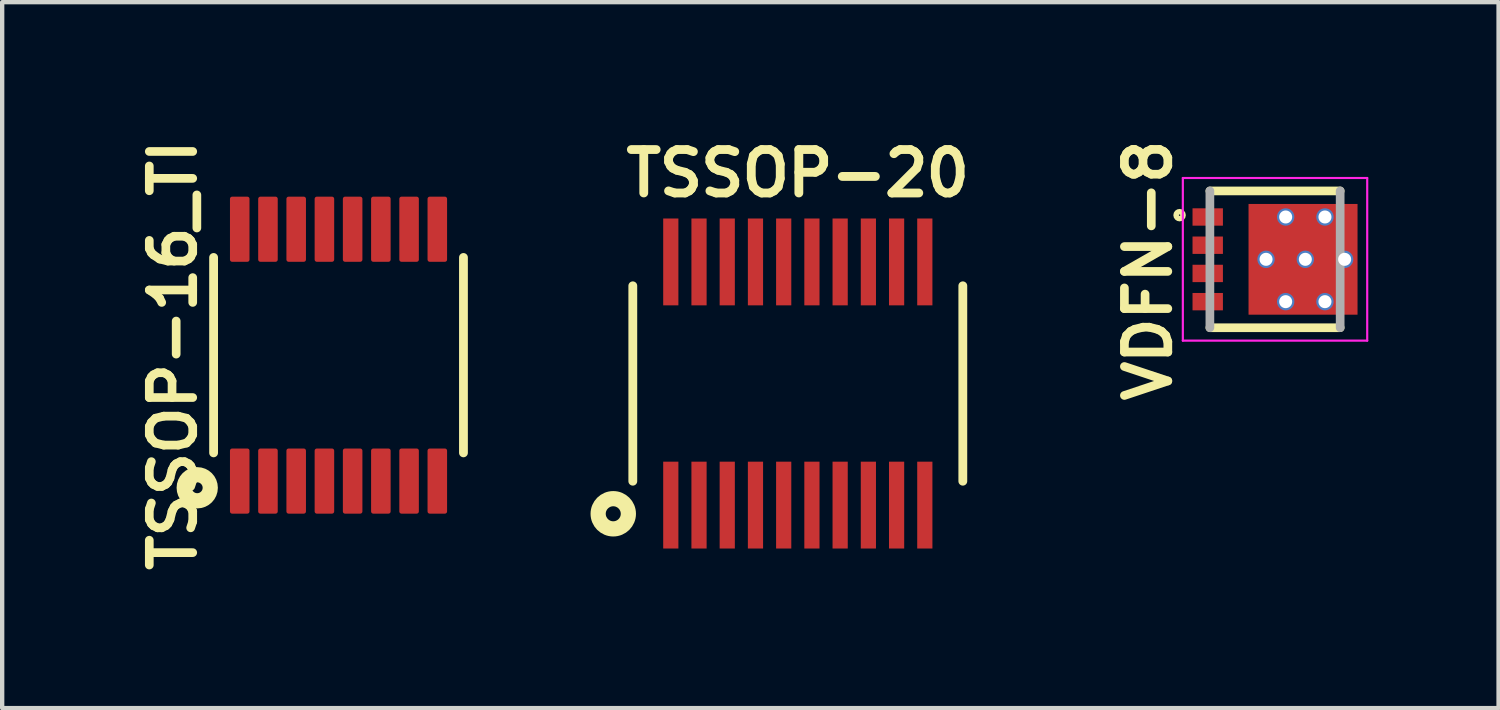
<source format=kicad_pcb>
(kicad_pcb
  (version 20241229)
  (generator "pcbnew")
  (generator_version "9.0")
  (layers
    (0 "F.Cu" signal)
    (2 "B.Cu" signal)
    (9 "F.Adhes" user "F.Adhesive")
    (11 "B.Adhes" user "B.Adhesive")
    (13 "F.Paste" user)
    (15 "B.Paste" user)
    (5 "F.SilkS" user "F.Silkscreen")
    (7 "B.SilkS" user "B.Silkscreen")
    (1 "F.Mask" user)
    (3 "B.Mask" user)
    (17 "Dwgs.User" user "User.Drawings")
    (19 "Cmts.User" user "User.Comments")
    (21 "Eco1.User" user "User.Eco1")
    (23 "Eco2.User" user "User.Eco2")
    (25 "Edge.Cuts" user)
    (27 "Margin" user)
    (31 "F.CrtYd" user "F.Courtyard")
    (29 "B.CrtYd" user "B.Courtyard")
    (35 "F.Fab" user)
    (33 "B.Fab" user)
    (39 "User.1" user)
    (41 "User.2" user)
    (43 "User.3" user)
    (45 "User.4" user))
  (footprint "VDFN-8"
    (layer "F.Cu")
    (at 26.313 2.922)
    (property "Reference" "VDFN-8" (at -2.921 0.254 270) (layer "F.SilkS") (effects (font (size 1 1) (thickness 0.2))))
    (attr through_hole)
    (fp_poly (pts (xy -1.851 0.175) (xy -1.25 0.175) (xy -1.25 0.475) (xy -1.851 0.475)) (stroke (width 0.01) (type solid)) (fill yes) (layer "F.Mask"))
    (fp_poly (pts (xy -1.851 -0.475) (xy -1.25 -0.475) (xy -1.25 -0.175) (xy -1.851 -0.175)) (stroke (width 0.01) (type solid)) (fill yes) (layer "F.Mask"))
    (fp_poly (pts (xy -1.85 -1.125) (xy -1.25 -1.125) (xy -1.25 -0.825) (xy -1.85 -0.825)) (stroke (width 0.01) (type solid)) (fill yes) (layer "F.Mask"))
    (fp_poly (pts (xy -1.85 0.825) (xy -1.25 0.825) (xy -1.25 1.125) (xy -1.85 1.125)) (stroke (width 0.01) (type solid)) (fill yes) (layer "F.Mask"))
    (fp_poly (pts (xy -0.56 -1.225) (xy 1.215 -1.225) (xy 1.215 1.226) (xy -0.56 1.226)) (stroke (width 0.01) (type solid)) (fill yes) (layer "F.Mask"))
    (fp_poly (pts (xy 1.215 0.175) (xy 1.85 0.175) (xy 1.85 0.475) (xy 1.215 0.475)) (stroke (width 0.01) (type solid)) (fill yes) (layer "F.Mask"))
    (fp_poly (pts (xy 1.215 -1.125) (xy 1.85 -1.125) (xy 1.85 -0.825) (xy 1.215 -0.825)) (stroke (width 0.01) (type solid)) (fill yes) (layer "F.Mask"))
    (fp_poly (pts (xy 1.216 -0.475) (xy 1.85 -0.475) (xy 1.85 -0.175) (xy 1.216 -0.175)) (stroke (width 0.01) (type solid)) (fill yes) (layer "F.Mask"))
    (fp_poly (pts (xy 1.216 0.825) (xy 1.85 0.825) (xy 1.85 1.126) (xy 1.216 1.126)) (stroke (width 0.01) (type solid)) (fill yes) (layer "F.Mask"))
    (fp_line (start 1.5 -1.575) (end -1.5 -1.575) (stroke (width 0.2) (type solid)) (layer "F.SilkS"))
    (fp_line (start 1.5 1.575) (end -1.5 1.575) (stroke (width 0.2) (type solid)) (layer "F.SilkS"))
    (fp_circle (center -2.198 -1.017) (end -2.118 -1.017) (stroke (width 0.127) (type solid)) (fill no) (layer "F.SilkS"))
    (fp_poly (pts (xy -1.853 -1.125) (xy -1.25 -1.125) (xy -1.25 -0.826) (xy -1.853 -0.826)) (stroke (width 0.01) (type solid)) (fill yes) (layer "F.Paste"))
    (fp_poly (pts (xy -1.852 -0.475) (xy -1.25 -0.475) (xy -1.25 -0.175) (xy -1.852 -0.175)) (stroke (width 0.01) (type solid)) (fill yes) (layer "F.Paste"))
    (fp_poly (pts (xy -1.852 0.175) (xy -1.25 0.175) (xy -1.25 0.476) (xy -1.852 0.476)) (stroke (width 0.01) (type solid)) (fill yes) (layer "F.Paste"))
    (fp_poly (pts (xy -1.851 0.825) (xy -1.25 0.825) (xy -1.25 1.126) (xy -1.851 1.126)) (stroke (width 0.01) (type solid)) (fill yes) (layer "F.Paste"))
    (fp_poly (pts (xy -0.56 0.1) (xy 0.145 0.1) (xy 0.145 1.225) (xy -0.56 1.225)) (stroke (width 0.01) (type solid)) (fill yes) (layer "F.Paste"))
    (fp_poly (pts (xy -0.56 -1.225) (xy 0.145 -1.225) (xy 0.145 -0.1) (xy -0.56 -0.1)) (stroke (width 0.01) (type solid)) (fill yes) (layer "F.Paste"))
    (fp_poly (pts (xy 0.345 -1.225) (xy 1.05 -1.225) (xy 1.05 -0.1) (xy 0.345 -0.1)) (stroke (width 0.01) (type solid)) (fill yes) (layer "F.Paste"))
    (fp_poly (pts (xy 0.345 0.1) (xy 1.05 0.1) (xy 1.05 1.226) (xy 0.345 1.226)) (stroke (width 0.01) (type solid)) (fill yes) (layer "F.Paste"))
    (fp_poly (pts (xy 1.251 -1.125) (xy 1.85 -1.125) (xy 1.85 -0.825) (xy 1.251 -0.825)) (stroke (width 0.01) (type solid)) (fill yes) (layer "F.Paste"))
    (fp_poly (pts (xy 1.251 0.175) (xy 1.85 0.175) (xy 1.85 0.475) (xy 1.251 0.475)) (stroke (width 0.01) (type solid)) (fill yes) (layer "F.Paste"))
    (fp_poly (pts (xy 1.251 -0.475) (xy 1.85 -0.475) (xy 1.85 -0.175) (xy 1.251 -0.175)) (stroke (width 0.01) (type solid)) (fill yes) (layer "F.Paste"))
    (fp_poly (pts (xy 1.251 0.825) (xy 1.85 0.825) (xy 1.85 1.126) (xy 1.251 1.126)) (stroke (width 0.01) (type solid)) (fill yes) (layer "F.Paste"))
    (fp_line (start -2.123 -1.873) (end 2.123 -1.873) (stroke (width 0.05) (type solid)) (layer "F.CrtYd"))
    (fp_line (start -2.123 1.873) (end -2.123 -1.873) (stroke (width 0.05) (type solid)) (layer "F.CrtYd"))
    (fp_line (start 2.123 -1.873) (end 2.123 1.873) (stroke (width 0.05) (type solid)) (layer "F.CrtYd"))
    (fp_line (start 2.123 1.873) (end -2.123 1.873) (stroke (width 0.05) (type solid)) (layer "F.CrtYd"))
    (fp_line (start -1.5 -1.575) (end -1.5 1.575) (stroke (width 0.2) (type solid)) (layer "F.Fab"))
    (fp_line (start 1.5 -1.575) (end 1.5 1.575) (stroke (width 0.2) (type solid)) (layer "F.Fab"))
    (pad "1" smd rect (at -1.55 -0.975) (size 0.7 0.4) (layers "F.Cu"))
    (pad "2" smd rect (at -1.55 -0.325) (size 0.7 0.4) (layers "F.Cu"))
    (pad "3" smd rect (at -1.55 0.325) (size 0.7 0.4) (layers "F.Cu"))
    (pad "4" smd rect (at -1.55 0.975) (size 0.7 0.4) (layers "F.Cu"))
    (pad "5" thru_hole circle (at 0.245 -0.975) (size 0.4 0.4) (drill 0.3) (layers "*.Cu" "*.Mask"))
    (pad "5" thru_hole circle (at 0.245 0.975) (size 0.4 0.4) (drill 0.3) (layers "*.Cu" "*.Mask"))
    (pad "5" smd rect (at 0.645 0) (size 2.51 2.55) (layers "F.Cu"))
    (pad "5" thru_hole circle (at 1.15 -0.975) (size 0.4 0.4) (drill 0.3) (layers "*.Cu" "*.Mask"))
    (pad "5" thru_hole circle (at 1.15 0.975) (size 0.4 0.4) (drill 0.3) (layers "*.Cu" "*.Mask"))
    (pad "6" thru_hole circle (at -0.207 0) (size 0.4 0.4) (drill 0.3) (layers "*.Cu" "*.Mask"))
    (pad "7" thru_hole circle (at 0.698 0) (size 0.4 0.4) (drill 0.3) (layers "*.Cu" "*.Mask"))
    (pad "8" thru_hole circle (at 1.603 0) (size 0.4 0.4) (drill 0.3) (layers "*.Cu" "*.Mask")))
  (footprint "TSSOP-20"
    (layer "F.Cu")
    (at 15.323 5.782)
    (property "Reference" "TSSOP-20" (at 0 -4.84 0) (layer "F.SilkS") (effects (font (size 1 1) (thickness 0.203))))
    (attr through_hole)
    (fp_line (start -3.8 2.25) (end -3.8 -2.25) (stroke (width 0.203) (type solid)) (layer "F.SilkS"))
    (fp_line (start 3.8 2.25) (end 3.8 -2.25) (stroke (width 0.203) (type solid)) (layer "F.SilkS"))
    (fp_circle (center -4.25 3) (end -4.224 3.171) (stroke (width 0.35) (type solid)) (fill no) (layer "F.SilkS"))
    (pad "1" smd rect (at -2.925 2.8) (size 0.35 2) (layers "F.Cu" "F.Mask" "F.Paste"))
    (pad "2" smd rect (at -2.275 2.8) (size 0.35 2) (layers "F.Cu" "F.Mask" "F.Paste"))
    (pad "3" smd rect (at -1.625 2.8) (size 0.35 2) (layers "F.Cu" "F.Mask" "F.Paste"))
    (pad "4" smd rect (at -0.975 2.8) (size 0.35 2) (layers "F.Cu" "F.Mask" "F.Paste"))
    (pad "5" smd rect (at -0.325 2.8) (size 0.35 2) (layers "F.Cu" "F.Mask" "F.Paste"))
    (pad "6" smd rect (at 0.325 2.8) (size 0.35 2) (layers "F.Cu" "F.Mask" "F.Paste"))
    (pad "7" smd rect (at 0.975 2.8) (size 0.35 2) (layers "F.Cu" "F.Mask" "F.Paste"))
    (pad "8" smd rect (at 1.625 2.8) (size 0.35 2) (layers "F.Cu" "F.Mask" "F.Paste"))
    (pad "9" smd rect (at 2.275 2.8) (size 0.35 2) (layers "F.Cu" "F.Mask" "F.Paste"))
    (pad "10" smd rect (at 2.925 2.8) (size 0.35 2) (layers "F.Cu" "F.Mask" "F.Paste"))
    (pad "11" smd rect (at 2.925 -2.8) (size 0.35 2) (layers "F.Cu" "F.Mask" "F.Paste"))
    (pad "12" smd rect (at 2.275 -2.8) (size 0.35 2) (layers "F.Cu" "F.Mask" "F.Paste"))
    (pad "13" smd rect (at 1.625 -2.8) (size 0.35 2) (layers "F.Cu" "F.Mask" "F.Paste"))
    (pad "14" smd rect (at 0.975 -2.8) (size 0.35 2) (layers "F.Cu" "F.Mask" "F.Paste"))
    (pad "15" smd rect (at 0.325 -2.8) (size 0.35 2) (layers "F.Cu" "F.Mask" "F.Paste"))
    (pad "16" smd rect (at -0.325 -2.8) (size 0.35 2) (layers "F.Cu" "F.Mask" "F.Paste"))
    (pad "17" smd rect (at -0.975 -2.8) (size 0.35 2) (layers "F.Cu" "F.Mask" "F.Paste"))
    (pad "18" smd rect (at -1.625 -2.8) (size 0.35 2) (layers "F.Cu" "F.Mask" "F.Paste"))
    (pad "19" smd rect (at -2.275 -2.8) (size 0.35 2) (layers "F.Cu" "F.Mask" "F.Paste"))
    (pad "20" smd rect (at -2.925 -2.8) (size 0.35 2) (layers "F.Cu" "F.Mask" "F.Paste")))
  (footprint "TSSOP-16_TI"
    (layer "F.Cu")
    (at 4.746 5.129)
    (property "Reference" "TSSOP-16_TI" (at -3.81 0 90) (layer "F.SilkS") (effects (font (size 1 1) (thickness 0.2))))
    (attr through_hole)
    (fp_line (start -2.877 2.25) (end -2.877 -2.25) (stroke (width 0.203) (type solid)) (layer "F.SilkS"))
    (fp_line (start 2.877 2.25) (end 2.877 -2.25) (stroke (width 0.203) (type solid)) (layer "F.SilkS"))
    (fp_circle (center -3.254 3.054) (end -3.194 3.164) (stroke (width 0.35) (type solid)) (fill no) (layer "F.SilkS"))
    (pad "1" smd roundrect (at -2.275 2.9) (size 0.45 1.5) (layers "F.Cu" "F.Mask" "F.Paste") (roundrect_rratio 0.111))
    (pad "2" smd roundrect (at -1.625 2.9) (size 0.45 1.5) (layers "F.Cu" "F.Mask" "F.Paste") (roundrect_rratio 0.111))
    (pad "3" smd roundrect (at -0.975 2.9) (size 0.45 1.5) (layers "F.Cu" "F.Mask" "F.Paste") (roundrect_rratio 0.111))
    (pad "4" smd roundrect (at -0.325 2.9) (size 0.45 1.5) (layers "F.Cu" "F.Mask" "F.Paste") (roundrect_rratio 0.111))
    (pad "5" smd roundrect (at 0.325 2.9) (size 0.45 1.5) (layers "F.Cu" "F.Mask" "F.Paste") (roundrect_rratio 0.111))
    (pad "6" smd roundrect (at 0.975 2.9) (size 0.45 1.5) (layers "F.Cu" "F.Mask" "F.Paste") (roundrect_rratio 0.111))
    (pad "7" smd roundrect (at 1.625 2.9) (size 0.45 1.5) (layers "F.Cu" "F.Mask" "F.Paste") (roundrect_rratio 0.111))
    (pad "8" smd roundrect (at 2.275 2.9) (size 0.45 1.5) (layers "F.Cu" "F.Mask" "F.Paste") (roundrect_rratio 0.111))
    (pad "9" smd roundrect (at 2.275 -2.9) (size 0.45 1.5) (layers "F.Cu" "F.Mask" "F.Paste") (roundrect_rratio 0.111))
    (pad "10" smd roundrect (at 1.625 -2.9) (size 0.45 1.5) (layers "F.Cu" "F.Mask" "F.Paste") (roundrect_rratio 0.111))
    (pad "11" smd roundrect (at 0.975 -2.9) (size 0.45 1.5) (layers "F.Cu" "F.Mask" "F.Paste") (roundrect_rratio 0.111))
    (pad "12" smd roundrect (at 0.325 -2.9) (size 0.45 1.5) (layers "F.Cu" "F.Mask" "F.Paste") (roundrect_rratio 0.111))
    (pad "13" smd roundrect (at -0.325 -2.9) (size 0.45 1.5) (layers "F.Cu" "F.Mask" "F.Paste") (roundrect_rratio 0.111))
    (pad "14" smd roundrect (at -0.975 -2.9) (size 0.45 1.5) (layers "F.Cu" "F.Mask" "F.Paste") (roundrect_rratio 0.111))
    (pad "15" smd roundrect (at -1.625 -2.9) (size 0.45 1.5) (layers "F.Cu" "F.Mask" "F.Paste") (roundrect_rratio 0.111))
    (pad "16" smd roundrect (at -2.275 -2.9) (size 0.45 1.5) (layers "F.Cu" "F.Mask" "F.Paste") (roundrect_rratio 0.111)))
  (gr_rect
    (start -3 -3)
    (end 31.461 13.257)
    (stroke (width 0.1) (type default))
    (fill no)
    (layer "Edge.Cuts")))
</source>
